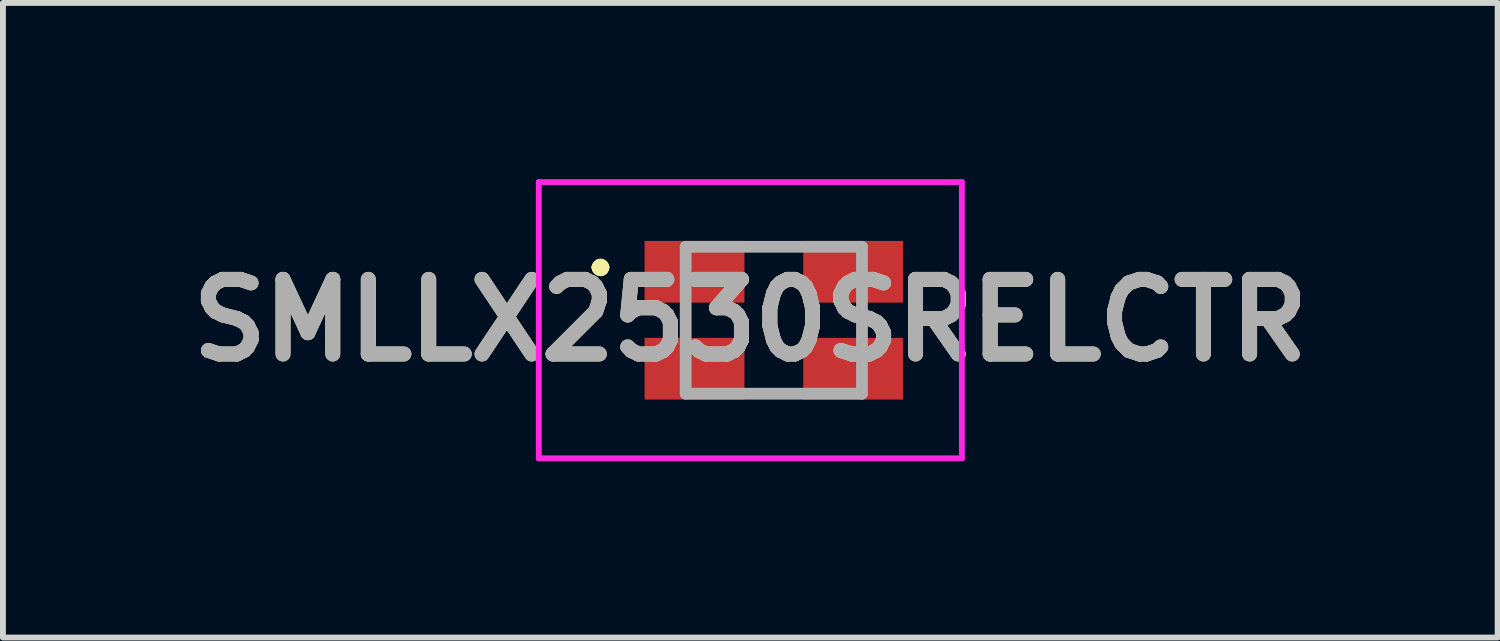
<source format=kicad_pcb>
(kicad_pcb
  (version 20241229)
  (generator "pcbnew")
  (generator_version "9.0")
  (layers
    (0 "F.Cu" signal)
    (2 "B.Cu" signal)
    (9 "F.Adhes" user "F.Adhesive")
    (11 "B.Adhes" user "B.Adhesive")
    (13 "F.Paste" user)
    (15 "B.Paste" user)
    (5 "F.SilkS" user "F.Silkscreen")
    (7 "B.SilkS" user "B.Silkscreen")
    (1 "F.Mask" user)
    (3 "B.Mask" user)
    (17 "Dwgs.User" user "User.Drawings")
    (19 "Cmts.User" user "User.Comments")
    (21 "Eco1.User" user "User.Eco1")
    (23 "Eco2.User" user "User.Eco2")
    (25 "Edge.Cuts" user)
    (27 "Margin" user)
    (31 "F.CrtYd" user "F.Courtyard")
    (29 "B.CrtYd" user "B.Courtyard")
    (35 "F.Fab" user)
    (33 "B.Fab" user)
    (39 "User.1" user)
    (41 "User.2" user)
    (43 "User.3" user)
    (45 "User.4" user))
  (footprint "SMLLX2530SRELCTR"
    (layer "F.Cu")
    (at 10.119 2.4)
    (property "Reference" "SMLLX2530SRELCTR" (at -0.4 0 0) (layer "F.SilkS") (effects (font (size 1.27 1.27) (thickness 0.254))))
    (attr smd)
    (fp_line (start -3 -0.9) (end -3 -0.9) (stroke (width 0.2) (type solid)) (layer "F.SilkS"))
    (fp_line (start -3 -0.9) (end -3 -0.9) (stroke (width 0.2) (type solid)) (layer "F.SilkS"))
    (fp_line (start -2.9 -0.9) (end -2.9 -0.9) (stroke (width 0.2) (type solid)) (layer "F.SilkS"))
    (fp_arc (start -3 -0.9) (mid -2.95 -0.95) (end -2.9 -0.9) (stroke (width 0.2) (type solid)) (layer "F.SilkS"))
    (fp_arc (start -2.9 -0.9) (mid -2.95 -0.85) (end -3 -0.9) (stroke (width 0.2) (type solid)) (layer "F.SilkS"))
    (fp_arc (start -2.9 -0.9) (mid -2.95 -0.85) (end -3 -0.9) (stroke (width 0.2) (type solid)) (layer "F.SilkS"))
    (fp_line (start -4 -2.35) (end 3.2 -2.35) (stroke (width 0.1) (type solid)) (layer "F.CrtYd"))
    (fp_line (start -4 2.35) (end -4 -2.35) (stroke (width 0.1) (type solid)) (layer "F.CrtYd"))
    (fp_line (start 3.2 -2.35) (end 3.2 2.35) (stroke (width 0.1) (type solid)) (layer "F.CrtYd"))
    (fp_line (start 3.2 2.35) (end -4 2.35) (stroke (width 0.1) (type solid)) (layer "F.CrtYd"))
    (fp_line (start -1.5 -1.25) (end -1.5 1.25) (stroke (width 0.2) (type solid)) (layer "F.Fab"))
    (fp_line (start -1.5 1.25) (end 1.5 1.25) (stroke (width 0.2) (type solid)) (layer "F.Fab"))
    (fp_line (start 1.5 -1.25) (end -1.5 -1.25) (stroke (width 0.2) (type solid)) (layer "F.Fab"))
    (fp_line (start 1.5 1.25) (end 1.5 -1.25) (stroke (width 0.2) (type solid)) (layer "F.Fab"))
    (fp_text user "${REFERENCE}" (at -0.4 0 0) (layer "F.Fab") (effects (font (size 1.27 1.27) (thickness 0.254))))
    (pad "1" smd rect (at -1.35 -0.825 90) (size 1.05 1.7) (layers "F.Cu" "F.Mask" "F.Paste"))
    (pad "2" smd rect (at 1.35 -0.825 90) (size 1.05 1.7) (layers "F.Cu" "F.Mask" "F.Paste"))
    (pad "3" smd rect (at -1.35 0.825 90) (size 1.05 1.7) (layers "F.Cu" "F.Mask" "F.Paste"))
    (pad "4" smd rect (at 1.35 0.825 90) (size 1.05 1.7) (layers "F.Cu" "F.Mask" "F.Paste")))
  (gr_rect
    (start -3 -3)
    (end 22.437 7.8)
    (stroke (width 0.1) (type default))
    (fill no)
    (layer "Edge.Cuts")))
</source>
